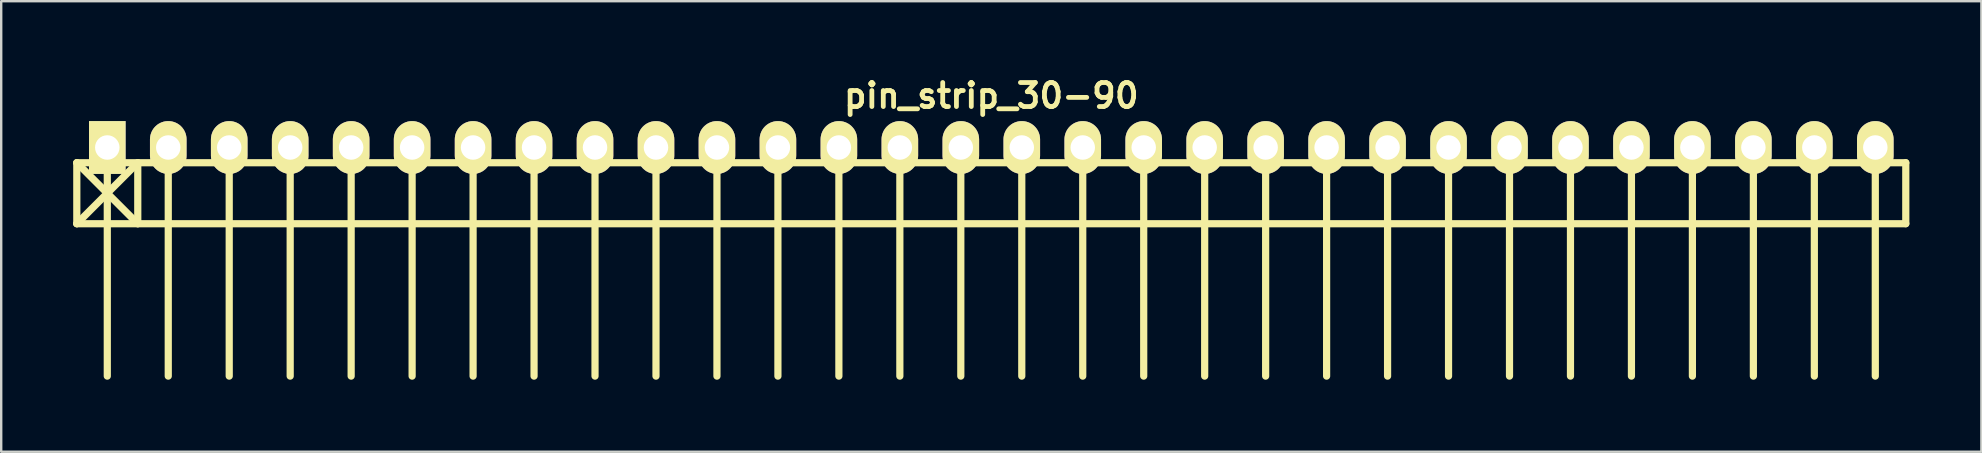
<source format=kicad_pcb>
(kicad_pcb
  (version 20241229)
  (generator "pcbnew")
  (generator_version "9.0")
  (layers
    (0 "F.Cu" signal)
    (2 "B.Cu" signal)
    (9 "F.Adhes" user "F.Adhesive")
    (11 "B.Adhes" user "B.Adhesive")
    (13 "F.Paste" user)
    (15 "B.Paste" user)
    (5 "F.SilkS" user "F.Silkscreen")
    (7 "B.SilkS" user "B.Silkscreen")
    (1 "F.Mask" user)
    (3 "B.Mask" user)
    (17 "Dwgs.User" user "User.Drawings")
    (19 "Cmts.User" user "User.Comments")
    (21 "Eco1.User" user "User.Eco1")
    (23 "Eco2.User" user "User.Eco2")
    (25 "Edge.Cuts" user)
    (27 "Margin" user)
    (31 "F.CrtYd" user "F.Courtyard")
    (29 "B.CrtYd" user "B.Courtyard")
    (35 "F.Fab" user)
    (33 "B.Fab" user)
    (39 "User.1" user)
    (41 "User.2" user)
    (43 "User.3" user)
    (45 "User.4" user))
  (footprint "pin_strip_30-90"
    (layer "F.Cu")
    (at 38.25 3.095)
    (property "Reference" "pin_strip_30-90" (at 0 -2.159 0) (layer "F.SilkS") (effects (font (size 1 1) (thickness 0.2))))
    (attr through_hole)
    (fp_line (start -38.1 0.635) (end 38.1 0.635) (stroke (width 0.3) (type solid)) (layer "F.SilkS"))
    (fp_line (start -38.1 3.175) (end -38.1 0.635) (stroke (width 0.3) (type solid)) (layer "F.SilkS"))
    (fp_line (start -38.1 3.175) (end -35.56 0.635) (stroke (width 0.3) (type solid)) (layer "F.SilkS"))
    (fp_line (start -36.83 0) (end -36.83 9.525) (stroke (width 0.3) (type solid)) (layer "F.SilkS"))
    (fp_line (start -35.56 0.635) (end -35.56 3.175) (stroke (width 0.3) (type solid)) (layer "F.SilkS"))
    (fp_line (start -35.56 3.175) (end -38.1 0.635) (stroke (width 0.3) (type solid)) (layer "F.SilkS"))
    (fp_line (start -34.29 0) (end -34.29 9.525) (stroke (width 0.3) (type solid)) (layer "F.SilkS"))
    (fp_line (start -31.75 9.525) (end -31.75 0) (stroke (width 0.3) (type solid)) (layer "F.SilkS"))
    (fp_line (start -29.21 0) (end -29.21 9.525) (stroke (width 0.3) (type solid)) (layer "F.SilkS"))
    (fp_line (start -26.67 0) (end -26.67 9.525) (stroke (width 0.3) (type solid)) (layer "F.SilkS"))
    (fp_line (start -24.13 0) (end -24.13 9.525) (stroke (width 0.3) (type solid)) (layer "F.SilkS"))
    (fp_line (start -21.59 0) (end -21.59 9.525) (stroke (width 0.3) (type solid)) (layer "F.SilkS"))
    (fp_line (start -19.05 0) (end -19.05 9.525) (stroke (width 0.3) (type solid)) (layer "F.SilkS"))
    (fp_line (start -16.51 0) (end -16.51 9.525) (stroke (width 0.3) (type solid)) (layer "F.SilkS"))
    (fp_line (start -13.97 0) (end -13.97 9.525) (stroke (width 0.3) (type solid)) (layer "F.SilkS"))
    (fp_line (start -11.43 0) (end -11.43 9.525) (stroke (width 0.3) (type solid)) (layer "F.SilkS"))
    (fp_line (start -8.89 0) (end -8.89 9.525) (stroke (width 0.3) (type solid)) (layer "F.SilkS"))
    (fp_line (start -6.35 9.525) (end -6.35 0) (stroke (width 0.3) (type solid)) (layer "F.SilkS"))
    (fp_line (start -3.81 0) (end -3.81 9.525) (stroke (width 0.3) (type solid)) (layer "F.SilkS"))
    (fp_line (start -1.27 0) (end -1.27 9.525) (stroke (width 0.3) (type solid)) (layer "F.SilkS"))
    (fp_line (start 1.27 0) (end 1.27 9.525) (stroke (width 0.3) (type solid)) (layer "F.SilkS"))
    (fp_line (start 3.81 0) (end 3.81 9.525) (stroke (width 0.3) (type solid)) (layer "F.SilkS"))
    (fp_line (start 6.35 0) (end 6.35 9.525) (stroke (width 0.3) (type solid)) (layer "F.SilkS"))
    (fp_line (start 8.89 0) (end 8.89 9.525) (stroke (width 0.3) (type solid)) (layer "F.SilkS"))
    (fp_line (start 11.43 0) (end 11.43 9.525) (stroke (width 0.3) (type solid)) (layer "F.SilkS"))
    (fp_line (start 13.97 0) (end 13.97 9.525) (stroke (width 0.3) (type solid)) (layer "F.SilkS"))
    (fp_line (start 16.51 0) (end 16.51 9.525) (stroke (width 0.3) (type solid)) (layer "F.SilkS"))
    (fp_line (start 19.05 9.525) (end 19.05 0) (stroke (width 0.3) (type solid)) (layer "F.SilkS"))
    (fp_line (start 21.59 0) (end 21.59 9.525) (stroke (width 0.3) (type solid)) (layer "F.SilkS"))
    (fp_line (start 24.13 0) (end 24.13 9.525) (stroke (width 0.3) (type solid)) (layer "F.SilkS"))
    (fp_line (start 26.67 0) (end 26.67 9.525) (stroke (width 0.3) (type solid)) (layer "F.SilkS"))
    (fp_line (start 29.21 0) (end 29.21 9.525) (stroke (width 0.3) (type solid)) (layer "F.SilkS"))
    (fp_line (start 31.75 0) (end 31.75 9.525) (stroke (width 0.3) (type solid)) (layer "F.SilkS"))
    (fp_line (start 34.29 0) (end 34.29 9.525) (stroke (width 0.3) (type solid)) (layer "F.SilkS"))
    (fp_line (start 36.83 0) (end 36.83 9.525) (stroke (width 0.3) (type solid)) (layer "F.SilkS"))
    (fp_line (start 38.1 0.635) (end 38.1 3.175) (stroke (width 0.3) (type solid)) (layer "F.SilkS"))
    (fp_line (start 38.1 3.175) (end -38.1 3.175) (stroke (width 0.3) (type solid)) (layer "F.SilkS"))
    (pad "1" thru_hole rect (at -36.83 0) (size 1.524 2.2) (drill 1.02) (layers "*.Cu" "*.Mask" "F.SilkS"))
    (pad "2" thru_hole oval (at -34.29 0) (size 1.524 2.2) (drill 1.02) (layers "*.Cu" "*.Mask" "F.SilkS"))
    (pad "3" thru_hole oval (at -31.75 0) (size 1.524 2.2) (drill 1.02) (layers "*.Cu" "*.Mask" "F.SilkS"))
    (pad "4" thru_hole oval (at -29.21 0) (size 1.524 2.2) (drill 1.02) (layers "*.Cu" "*.Mask" "F.SilkS"))
    (pad "5" thru_hole oval (at -26.67 0) (size 1.524 2.2) (drill 1.02) (layers "*.Cu" "*.Mask" "F.SilkS"))
    (pad "6" thru_hole oval (at -24.13 0) (size 1.524 2.2) (drill 1.02) (layers "*.Cu" "*.Mask" "F.SilkS"))
    (pad "7" thru_hole oval (at -21.59 0) (size 1.524 2.2) (drill 1.02) (layers "*.Cu" "*.Mask" "F.SilkS"))
    (pad "8" thru_hole oval (at -19.05 0) (size 1.524 2.2) (drill 1.02) (layers "*.Cu" "*.Mask" "F.SilkS"))
    (pad "9" thru_hole oval (at -16.51 0) (size 1.524 2.2) (drill 1.02) (layers "*.Cu" "*.Mask" "F.SilkS"))
    (pad "10" thru_hole oval (at -13.97 0) (size 1.524 2.2) (drill 1.02) (layers "*.Cu" "*.Mask" "F.SilkS"))
    (pad "11" thru_hole oval (at -11.43 0) (size 1.524 2.2) (drill 1.02) (layers "*.Cu" "*.Mask" "F.SilkS"))
    (pad "12" thru_hole oval (at -8.89 0) (size 1.524 2.2) (drill 1.02) (layers "*.Cu" "*.Mask" "F.SilkS"))
    (pad "13" thru_hole oval (at -6.35 0) (size 1.524 2.2) (drill 1.02) (layers "*.Cu" "*.Mask" "F.SilkS"))
    (pad "14" thru_hole oval (at -3.81 0) (size 1.524 2.2) (drill 1.02) (layers "*.Cu" "*.Mask" "F.SilkS"))
    (pad "15" thru_hole oval (at -1.27 0) (size 1.524 2.2) (drill 1.02) (layers "*.Cu" "*.Mask" "F.SilkS"))
    (pad "16" thru_hole oval (at 1.27 0) (size 1.524 2.2) (drill 1.02) (layers "*.Cu" "*.Mask" "F.SilkS"))
    (pad "17" thru_hole oval (at 3.81 0) (size 1.524 2.2) (drill 1.02) (layers "*.Cu" "*.Mask" "F.SilkS"))
    (pad "18" thru_hole oval (at 6.35 0) (size 1.524 2.2) (drill 1.02) (layers "*.Cu" "*.Mask" "F.SilkS"))
    (pad "19" thru_hole oval (at 8.89 0) (size 1.524 2.2) (drill 1.02) (layers "*.Cu" "*.Mask" "F.SilkS"))
    (pad "20" thru_hole oval (at 11.43 0) (size 1.524 2.2) (drill 1.02) (layers "*.Cu" "*.Mask" "F.SilkS"))
    (pad "21" thru_hole oval (at 13.97 0) (size 1.524 2.2) (drill 1.02) (layers "*.Cu" "*.Mask" "F.SilkS"))
    (pad "22" thru_hole oval (at 16.51 0) (size 1.524 2.2) (drill 1.02) (layers "*.Cu" "*.Mask" "F.SilkS"))
    (pad "23" thru_hole oval (at 19.05 0) (size 1.524 2.2) (drill 1.02) (layers "*.Cu" "*.Mask" "F.SilkS"))
    (pad "24" thru_hole oval (at 21.59 0) (size 1.524 2.2) (drill 1.02) (layers "*.Cu" "*.Mask" "F.SilkS"))
    (pad "25" thru_hole oval (at 24.13 0) (size 1.524 2.2) (drill 1.02) (layers "*.Cu" "*.Mask" "F.SilkS"))
    (pad "26" thru_hole oval (at 26.67 0) (size 1.524 2.2) (drill 1.02) (layers "*.Cu" "*.Mask" "F.SilkS"))
    (pad "27" thru_hole oval (at 29.21 0) (size 1.524 2.2) (drill 1.02) (layers "*.Cu" "*.Mask" "F.SilkS"))
    (pad "28" thru_hole oval (at 31.75 0) (size 1.524 2.2) (drill 1.02) (layers "*.Cu" "*.Mask" "F.SilkS"))
    (pad "29" thru_hole oval (at 34.29 0) (size 1.524 2.2) (drill 1.02) (layers "*.Cu" "*.Mask" "F.SilkS"))
    (pad "30" thru_hole oval (at 36.83 0) (size 1.524 2.2) (drill 1.02) (layers "*.Cu" "*.Mask" "F.SilkS")))
  (gr_rect
    (start -3 -3)
    (end 79.5 15.77)
    (stroke (width 0.1) (type default))
    (fill no)
    (layer "Edge.Cuts")))
</source>
